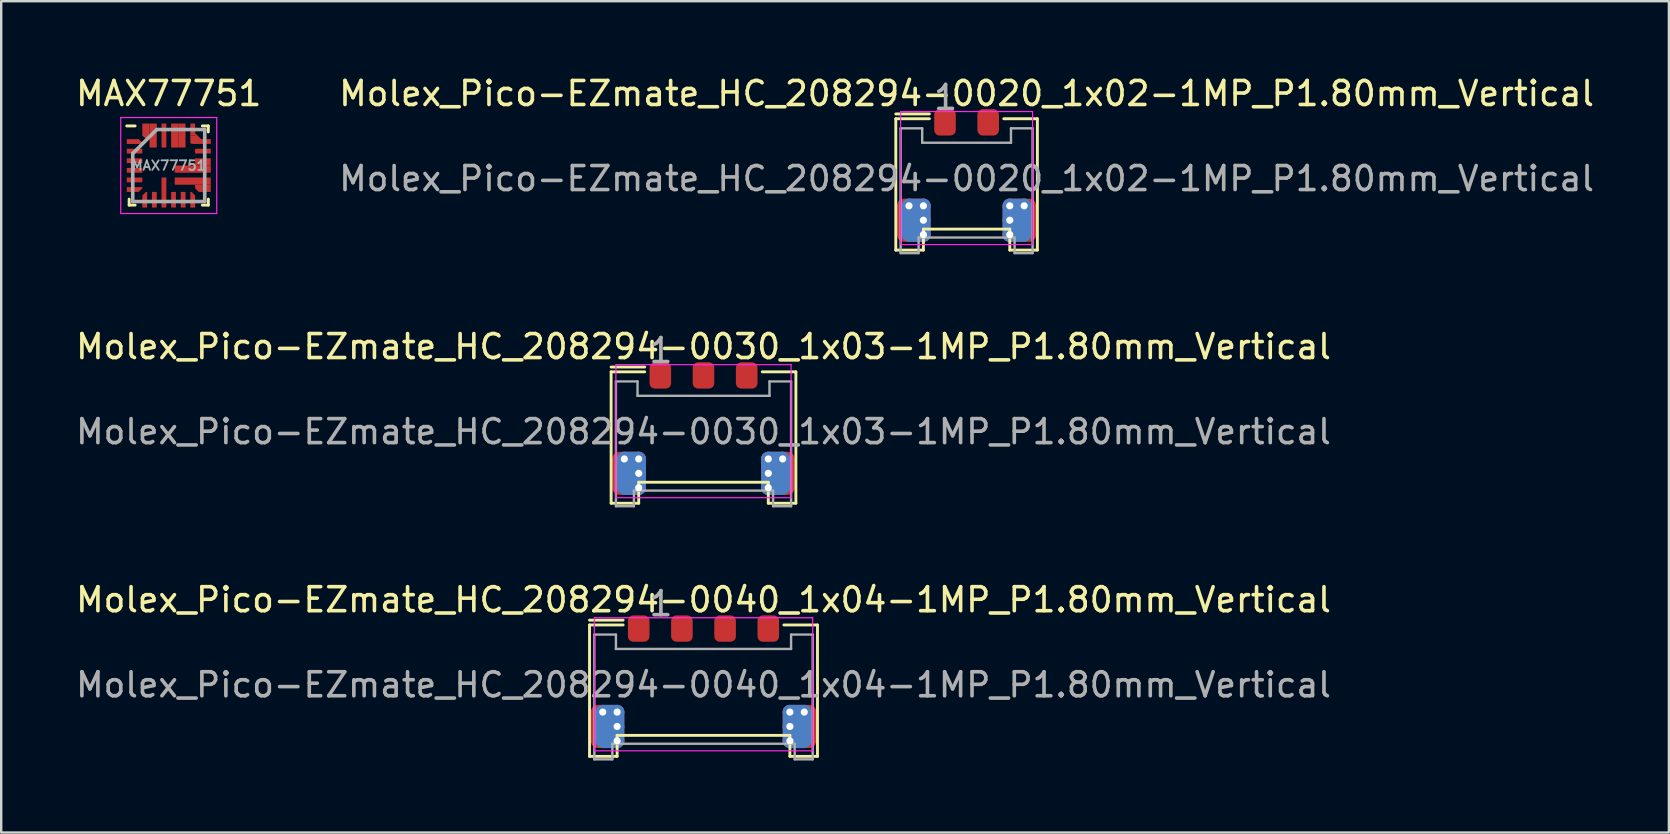
<source format=kicad_pcb>
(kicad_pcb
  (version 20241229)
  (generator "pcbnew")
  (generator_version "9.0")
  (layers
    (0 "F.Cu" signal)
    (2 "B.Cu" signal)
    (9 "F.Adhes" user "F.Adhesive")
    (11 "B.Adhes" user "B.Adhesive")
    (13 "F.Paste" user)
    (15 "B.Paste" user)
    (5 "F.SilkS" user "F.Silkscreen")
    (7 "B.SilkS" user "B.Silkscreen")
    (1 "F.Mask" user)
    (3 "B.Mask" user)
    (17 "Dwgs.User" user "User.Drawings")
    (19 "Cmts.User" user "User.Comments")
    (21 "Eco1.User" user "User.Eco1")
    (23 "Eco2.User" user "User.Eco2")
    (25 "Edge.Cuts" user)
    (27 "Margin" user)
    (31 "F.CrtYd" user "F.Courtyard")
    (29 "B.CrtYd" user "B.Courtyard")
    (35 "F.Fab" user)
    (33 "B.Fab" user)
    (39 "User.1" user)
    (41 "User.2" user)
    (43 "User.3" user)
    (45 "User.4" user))
  (footprint "Molex_Pico-EZmate_HC_208294-0040_1x04-1MP_P1.80mm_Vertical"
    (layer "F.Cu")
    (at 26.268 25.22)
    (property "Reference" "Molex_Pico-EZmate_HC_208294-0040_1x04-1MP_P1.80mm_Vertical" (at 0 -3.275 0) (layer "F.SilkS") (effects (font (size 1 1) (thickness 0.15))))
    (attr smd)
    (fp_line (start -4.75 -2.425) (end -3.35 -2.425) (stroke (width 0.12) (type solid)) (layer "F.SilkS"))
    (fp_line (start -4.75 -2.225) (end -3.35 -2.225) (stroke (width 0.12) (type solid)) (layer "F.SilkS"))
    (fp_line (start -4.75 3.25) (end -4.75 -2.225) (stroke (width 0.12) (type solid)) (layer "F.SilkS"))
    (fp_line (start -4.75 3.25) (end -3.6 3.25) (stroke (width 0.12) (type default)) (layer "F.SilkS"))
    (fp_line (start -3.6 2.375) (end 3.6 2.375) (stroke (width 0.12) (type default)) (layer "F.SilkS"))
    (fp_line (start -3.6 3.25) (end -3.6 2.375) (stroke (width 0.12) (type default)) (layer "F.SilkS"))
    (fp_line (start 3.6 2.375) (end 3.6 3.25) (stroke (width 0.12) (type default)) (layer "F.SilkS"))
    (fp_line (start 3.6 3.25) (end 4.75 3.25) (stroke (width 0.12) (type default)) (layer "F.SilkS"))
    (fp_line (start 4.75 -2.225) (end 3.35 -2.225) (stroke (width 0.12) (type default)) (layer "F.SilkS"))
    (fp_line (start 4.75 3.25) (end 4.75 -2.225) (stroke (width 0.12) (type default)) (layer "F.SilkS"))
    (fp_line (start -4.55 -2.525) (end -4.55 3.02) (stroke (width 0.05) (type solid)) (layer "F.CrtYd"))
    (fp_line (start -4.55 3.02) (end 4.55 3.02) (stroke (width 0.05) (type solid)) (layer "F.CrtYd"))
    (fp_line (start 4.55 -2.525) (end -4.55 -2.525) (stroke (width 0.05) (type solid)) (layer "F.CrtYd"))
    (fp_line (start 4.55 3.02) (end 4.55 -2.525) (stroke (width 0.05) (type solid)) (layer "F.CrtYd"))
    (fp_line (start -4.55 -1.825) (end -4.55 3.375) (stroke (width 0.1) (type default)) (layer "F.Fab"))
    (fp_line (start -4.55 -1.825) (end -3.65 -1.825) (stroke (width 0.1) (type default)) (layer "F.Fab"))
    (fp_line (start -4.55 3.375) (end -3.8 3.375) (stroke (width 0.1) (type default)) (layer "F.Fab"))
    (fp_line (start -3.8 3.375) (end -3.8 2.725) (stroke (width 0.1) (type default)) (layer "F.Fab"))
    (fp_line (start -3.65 -1.825) (end -3.65 -1.225) (stroke (width 0.1) (type default)) (layer "F.Fab"))
    (fp_line (start -3.65 -1.225) (end 3.65 -1.225) (stroke (width 0.1) (type default)) (layer "F.Fab"))
    (fp_line (start 3.65 -1.825) (end 4.55 -1.825) (stroke (width 0.1) (type default)) (layer "F.Fab"))
    (fp_line (start 3.65 -1.225) (end 3.65 -1.825) (stroke (width 0.1) (type default)) (layer "F.Fab"))
    (fp_line (start 3.8 2.725) (end -3.8 2.725) (stroke (width 0.1) (type default)) (layer "F.Fab"))
    (fp_line (start 3.8 3.375) (end 3.8 2.725) (stroke (width 0.1) (type default)) (layer "F.Fab"))
    (fp_line (start 4.55 -1.825) (end 4.55 3.375) (stroke (width 0.1) (type default)) (layer "F.Fab"))
    (fp_line (start 4.55 3.375) (end 3.8 3.375) (stroke (width 0.1) (type default)) (layer "F.Fab"))
    (fp_text user "1" (at -2.35 -2.525 0) (unlocked yes) (layer "F.Fab") (effects (font (size 1 1) (thickness 0.15)) (justify left bottom)))
    (fp_text user "${REFERENCE}" (at 0 0.27 0) (layer "F.Fab") (effects (font (size 1 1) (thickness 0.15))))
    (pad "1" smd roundrect (at -2.7 -2.075) (size 0.9 1.1) (layers "F.Cu" "F.Mask" "F.Paste") (roundrect_rratio 0.25))
    (pad "2" smd roundrect (at -0.9 -2.075) (size 0.9 1.1) (layers "F.Cu" "F.Mask" "F.Paste") (roundrect_rratio 0.25))
    (pad "3" smd roundrect (at 0.9 -2.075) (size 0.9 1.1) (layers "F.Cu" "F.Mask" "F.Paste") (roundrect_rratio 0.25))
    (pad "4" smd roundrect (at 2.7 -2.075) (size 0.9 1.1) (layers "F.Cu" "F.Mask" "F.Paste") (roundrect_rratio 0.25))
    (pad "MP" smd roundrect (at -4.265 2.225) (size 0.7 1.2) (layers "F.Cu" "F.Mask" "F.Paste") (roundrect_rratio 0.25))
    (pad "MP" thru_hole circle (at -4.2 1.405) (size 0.6 0.6) (drill 0.3) (layers "*.Cu"))
    (pad "MP" smd roundrect (at -4 2.005) (size 1.4 1.8) (layers "F.Cu") (roundrect_rratio 0.214))
    (pad "MP" smd roundrect (at -3.9 2.005) (size 1.2 1.8) (layers "B.Cu") (roundrect_rratio 0.25))
    (pad "MP" thru_hole circle (at -3.6 1.405) (size 0.6 0.6) (drill 0.3) (layers "*.Cu"))
    (pad "MP" thru_hole circle (at -3.6 2.005) (size 0.6 0.6) (drill 0.3) (layers "*.Cu"))
    (pad "MP" thru_hole circle (at -3.6 2.605) (size 0.6 0.6) (drill 0.3) (layers "*.Cu"))
    (pad "MP" thru_hole circle (at 3.6 1.405) (size 0.6 0.6) (drill 0.3) (layers "*.Cu"))
    (pad "MP" thru_hole circle (at 3.6 2.005) (size 0.6 0.6) (drill 0.3) (layers "*.Cu"))
    (pad "MP" thru_hole circle (at 3.6 2.605) (size 0.6 0.6) (drill 0.3) (layers "*.Cu"))
    (pad "MP" smd roundrect (at 3.9 2.005) (size 1.2 1.8) (layers "B.Cu") (roundrect_rratio 0.25))
    (pad "MP" smd roundrect (at 4 2.005) (size 1.4 1.8) (layers "F.Cu") (roundrect_rratio 0.214))
    (pad "MP" thru_hole circle (at 4.2 1.405) (size 0.6 0.6) (drill 0.3) (layers "*.Cu"))
    (pad "MP" smd roundrect (at 4.265 2.225) (size 0.7 1.2) (layers "F.Cu" "F.Mask" "F.Paste") (roundrect_rratio 0.25)))
  (footprint "Molex_Pico-EZmate_HC_208294-0020_1x02-1MP_P1.80mm_Vertical"
    (layer "F.Cu")
    (at 37.232 4.123)
    (property "Reference" "Molex_Pico-EZmate_HC_208294-0020_1x02-1MP_P1.80mm_Vertical" (at 0 -3.275 0) (layer "F.SilkS") (effects (font (size 1 1) (thickness 0.15))))
    (attr smd)
    (fp_line (start -2.95 -2.425) (end -1.55 -2.425) (stroke (width 0.12) (type solid)) (layer "F.SilkS"))
    (fp_line (start -2.95 -2.225) (end -1.55 -2.225) (stroke (width 0.12) (type solid)) (layer "F.SilkS"))
    (fp_line (start -2.95 3.25) (end -2.95 -2.225) (stroke (width 0.12) (type solid)) (layer "F.SilkS"))
    (fp_line (start -2.95 3.25) (end -1.8 3.25) (stroke (width 0.12) (type default)) (layer "F.SilkS"))
    (fp_line (start -1.8 2.375) (end 1.8 2.375) (stroke (width 0.12) (type default)) (layer "F.SilkS"))
    (fp_line (start -1.8 3.25) (end -1.8 2.375) (stroke (width 0.12) (type default)) (layer "F.SilkS"))
    (fp_line (start 1.8 2.375) (end 1.8 3.25) (stroke (width 0.12) (type default)) (layer "F.SilkS"))
    (fp_line (start 1.8 3.25) (end 2.95 3.25) (stroke (width 0.12) (type default)) (layer "F.SilkS"))
    (fp_line (start 2.95 -2.225) (end 1.55 -2.225) (stroke (width 0.12) (type default)) (layer "F.SilkS"))
    (fp_line (start 2.95 3.25) (end 2.95 -2.225) (stroke (width 0.12) (type default)) (layer "F.SilkS"))
    (fp_line (start -2.75 -2.525) (end -2.75 3.02) (stroke (width 0.05) (type solid)) (layer "F.CrtYd"))
    (fp_line (start -2.75 3.02) (end 2.75 3.02) (stroke (width 0.05) (type solid)) (layer "F.CrtYd"))
    (fp_line (start 2.75 -2.525) (end -2.75 -2.525) (stroke (width 0.05) (type solid)) (layer "F.CrtYd"))
    (fp_line (start 2.75 3.02) (end 2.75 -2.525) (stroke (width 0.05) (type solid)) (layer "F.CrtYd"))
    (fp_line (start -2.75 -1.825) (end -2.75 3.375) (stroke (width 0.1) (type default)) (layer "F.Fab"))
    (fp_line (start -2.75 -1.825) (end -1.85 -1.825) (stroke (width 0.1) (type default)) (layer "F.Fab"))
    (fp_line (start -2.75 3.375) (end -2 3.375) (stroke (width 0.1) (type default)) (layer "F.Fab"))
    (fp_line (start -2 3.375) (end -2 2.725) (stroke (width 0.1) (type default)) (layer "F.Fab"))
    (fp_line (start -1.85 -1.825) (end -1.85 -1.225) (stroke (width 0.1) (type default)) (layer "F.Fab"))
    (fp_line (start -1.85 -1.225) (end 1.85 -1.225) (stroke (width 0.1) (type default)) (layer "F.Fab"))
    (fp_line (start 1.85 -1.825) (end 2.75 -1.825) (stroke (width 0.1) (type default)) (layer "F.Fab"))
    (fp_line (start 1.85 -1.225) (end 1.85 -1.825) (stroke (width 0.1) (type default)) (layer "F.Fab"))
    (fp_line (start 2 2.725) (end -2 2.725) (stroke (width 0.1) (type default)) (layer "F.Fab"))
    (fp_line (start 2 3.375) (end 2 2.725) (stroke (width 0.1) (type default)) (layer "F.Fab"))
    (fp_line (start 2.75 -1.825) (end 2.75 3.375) (stroke (width 0.1) (type default)) (layer "F.Fab"))
    (fp_line (start 2.75 3.375) (end 2 3.375) (stroke (width 0.1) (type default)) (layer "F.Fab"))
    (fp_text user "1" (at -1.45 -2.525 0) (unlocked yes) (layer "F.Fab") (effects (font (size 1 1) (thickness 0.15)) (justify left bottom)))
    (fp_text user "${REFERENCE}" (at 0 0.27 0) (layer "F.Fab") (effects (font (size 1 1) (thickness 0.15))))
    (pad "1" smd roundrect (at -0.9 -2.075) (size 0.9 1.1) (layers "F.Cu" "F.Mask" "F.Paste") (roundrect_rratio 0.25))
    (pad "2" smd roundrect (at 0.9 -2.075) (size 0.9 1.1) (layers "F.Cu" "F.Mask" "F.Paste") (roundrect_rratio 0.25))
    (pad "MP" smd roundrect (at -2.465 2.225) (size 0.7 1.2) (layers "F.Cu" "F.Mask" "F.Paste") (roundrect_rratio 0.25))
    (pad "MP" thru_hole circle (at -2.4 1.405) (size 0.6 0.6) (drill 0.3) (layers "*.Cu"))
    (pad "MP" smd roundrect (at -2.2 2.005) (size 1.4 1.8) (layers "F.Cu") (roundrect_rratio 0.214))
    (pad "MP" smd roundrect (at -2.1 2.005) (size 1.2 1.8) (layers "B.Cu") (roundrect_rratio 0.25))
    (pad "MP" thru_hole circle (at -1.8 1.405) (size 0.6 0.6) (drill 0.3) (layers "*.Cu"))
    (pad "MP" thru_hole circle (at -1.8 2.005) (size 0.6 0.6) (drill 0.3) (layers "*.Cu"))
    (pad "MP" thru_hole circle (at -1.8 2.605) (size 0.6 0.6) (drill 0.3) (layers "*.Cu"))
    (pad "MP" thru_hole circle (at 1.8 1.405) (size 0.6 0.6) (drill 0.3) (layers "*.Cu"))
    (pad "MP" thru_hole circle (at 1.8 2.005) (size 0.6 0.6) (drill 0.3) (layers "*.Cu"))
    (pad "MP" thru_hole circle (at 1.8 2.605) (size 0.6 0.6) (drill 0.3) (layers "*.Cu"))
    (pad "MP" smd roundrect (at 2.1 2.005) (size 1.2 1.8) (layers "B.Cu") (roundrect_rratio 0.25))
    (pad "MP" smd roundrect (at 2.2 2.005) (size 1.4 1.8) (layers "F.Cu") (roundrect_rratio 0.214))
    (pad "MP" thru_hole circle (at 2.4 1.405) (size 0.6 0.6) (drill 0.3) (layers "*.Cu"))
    (pad "MP" smd roundrect (at 2.465 2.225) (size 0.7 1.2) (layers "F.Cu" "F.Mask" "F.Paste") (roundrect_rratio 0.25)))
  (footprint "Molex_Pico-EZmate_HC_208294-0030_1x03-1MP_P1.80mm_Vertical"
    (layer "F.Cu")
    (at 26.268 14.671)
    (property "Reference" "Molex_Pico-EZmate_HC_208294-0030_1x03-1MP_P1.80mm_Vertical" (at 0 -3.275 0) (layer "F.SilkS") (effects (font (size 1 1) (thickness 0.15))))
    (attr smd)
    (fp_line (start -3.85 -2.425) (end -2.45 -2.425) (stroke (width 0.12) (type solid)) (layer "F.SilkS"))
    (fp_line (start -3.85 -2.225) (end -2.45 -2.225) (stroke (width 0.12) (type solid)) (layer "F.SilkS"))
    (fp_line (start -3.85 3.25) (end -3.85 -2.225) (stroke (width 0.12) (type solid)) (layer "F.SilkS"))
    (fp_line (start -3.85 3.25) (end -2.7 3.25) (stroke (width 0.12) (type default)) (layer "F.SilkS"))
    (fp_line (start -2.7 2.375) (end 2.7 2.375) (stroke (width 0.12) (type default)) (layer "F.SilkS"))
    (fp_line (start -2.7 3.25) (end -2.7 2.375) (stroke (width 0.12) (type default)) (layer "F.SilkS"))
    (fp_line (start 2.7 2.375) (end 2.7 3.25) (stroke (width 0.12) (type default)) (layer "F.SilkS"))
    (fp_line (start 2.7 3.25) (end 3.85 3.25) (stroke (width 0.12) (type default)) (layer "F.SilkS"))
    (fp_line (start 3.85 -2.225) (end 2.45 -2.225) (stroke (width 0.12) (type default)) (layer "F.SilkS"))
    (fp_line (start 3.85 3.25) (end 3.85 -2.225) (stroke (width 0.12) (type default)) (layer "F.SilkS"))
    (fp_line (start -3.65 -2.525) (end -3.65 3.02) (stroke (width 0.05) (type solid)) (layer "F.CrtYd"))
    (fp_line (start -3.65 3.02) (end 3.65 3.02) (stroke (width 0.05) (type solid)) (layer "F.CrtYd"))
    (fp_line (start 3.65 -2.525) (end -3.65 -2.525) (stroke (width 0.05) (type solid)) (layer "F.CrtYd"))
    (fp_line (start 3.65 3.02) (end 3.65 -2.525) (stroke (width 0.05) (type solid)) (layer "F.CrtYd"))
    (fp_line (start -3.65 -1.825) (end -3.65 3.375) (stroke (width 0.1) (type default)) (layer "F.Fab"))
    (fp_line (start -3.65 -1.825) (end -2.75 -1.825) (stroke (width 0.1) (type default)) (layer "F.Fab"))
    (fp_line (start -3.65 3.375) (end -2.9 3.375) (stroke (width 0.1) (type default)) (layer "F.Fab"))
    (fp_line (start -2.9 3.375) (end -2.9 2.725) (stroke (width 0.1) (type default)) (layer "F.Fab"))
    (fp_line (start -2.75 -1.825) (end -2.75 -1.225) (stroke (width 0.1) (type default)) (layer "F.Fab"))
    (fp_line (start -2.75 -1.225) (end 2.75 -1.225) (stroke (width 0.1) (type default)) (layer "F.Fab"))
    (fp_line (start 2.75 -1.825) (end 3.65 -1.825) (stroke (width 0.1) (type default)) (layer "F.Fab"))
    (fp_line (start 2.75 -1.225) (end 2.75 -1.825) (stroke (width 0.1) (type default)) (layer "F.Fab"))
    (fp_line (start 2.9 2.725) (end -2.9 2.725) (stroke (width 0.1) (type default)) (layer "F.Fab"))
    (fp_line (start 2.9 3.375) (end 2.9 2.725) (stroke (width 0.1) (type default)) (layer "F.Fab"))
    (fp_line (start 3.65 -1.825) (end 3.65 3.375) (stroke (width 0.1) (type default)) (layer "F.Fab"))
    (fp_line (start 3.65 3.375) (end 2.9 3.375) (stroke (width 0.1) (type default)) (layer "F.Fab"))
    (fp_text user "${REFERENCE}" (at 0 0.27 0) (layer "F.Fab") (effects (font (size 1 1) (thickness 0.15))))
    (fp_text user "1" (at -2.35 -2.525 0) (unlocked yes) (layer "F.Fab") (effects (font (size 1 1) (thickness 0.15)) (justify left bottom)))
    (pad "1" smd roundrect (at -1.8 -2.075) (size 0.9 1.1) (layers "F.Cu" "F.Mask" "F.Paste") (roundrect_rratio 0.25))
    (pad "2" smd roundrect (at 0 -2.075) (size 0.9 1.1) (layers "F.Cu" "F.Mask" "F.Paste") (roundrect_rratio 0.25))
    (pad "3" smd roundrect (at 1.8 -2.075) (size 0.9 1.1) (layers "F.Cu" "F.Mask" "F.Paste") (roundrect_rratio 0.25))
    (pad "MP" smd roundrect (at -3.365 2.225) (size 0.7 1.2) (layers "F.Cu" "F.Mask" "F.Paste") (roundrect_rratio 0.25))
    (pad "MP" thru_hole circle (at -3.3 1.405) (size 0.6 0.6) (drill 0.3) (layers "*.Cu"))
    (pad "MP" smd roundrect (at -3.1 2.005) (size 1.4 1.8) (layers "F.Cu") (roundrect_rratio 0.214))
    (pad "MP" smd roundrect (at -3 2.005) (size 1.2 1.8) (layers "B.Cu") (roundrect_rratio 0.25))
    (pad "MP" thru_hole circle (at -2.7 1.405) (size 0.6 0.6) (drill 0.3) (layers "*.Cu"))
    (pad "MP" thru_hole circle (at -2.7 2.005) (size 0.6 0.6) (drill 0.3) (layers "*.Cu"))
    (pad "MP" thru_hole circle (at -2.7 2.605) (size 0.6 0.6) (drill 0.3) (layers "*.Cu"))
    (pad "MP" thru_hole circle (at 2.7 1.405) (size 0.6 0.6) (drill 0.3) (layers "*.Cu"))
    (pad "MP" thru_hole circle (at 2.7 2.005) (size 0.6 0.6) (drill 0.3) (layers "*.Cu"))
    (pad "MP" thru_hole circle (at 2.7 2.605) (size 0.6 0.6) (drill 0.3) (layers "*.Cu"))
    (pad "MP" smd roundrect (at 3 2.005) (size 1.2 1.8) (layers "B.Cu") (roundrect_rratio 0.25))
    (pad "MP" smd roundrect (at 3.1 2.005) (size 1.4 1.8) (layers "F.Cu") (roundrect_rratio 0.214))
    (pad "MP" thru_hole circle (at 3.3 1.405) (size 0.6 0.6) (drill 0.3) (layers "*.Cu"))
    (pad "MP" smd roundrect (at 3.365 2.225) (size 0.7 1.2) (layers "F.Cu" "F.Mask" "F.Paste") (roundrect_rratio 0.25)))
  (footprint "MAX77751"
    (layer "F.Cu")
    (at 3.982 3.848)
    (property "Reference" "MAX77751" (at 0 -3 0) (layer "F.SilkS") (effects (font (size 1 1) (thickness 0.15))))
    (attr smd)
    (fp_line (start -1.65 1.65) (end -1.65 1.4) (stroke (width 0.12) (type solid)) (layer "F.SilkS"))
    (fp_line (start -1.4 -1.65) (end -1.75 -1.65) (stroke (width 0.12) (type solid)) (layer "F.SilkS"))
    (fp_line (start -1.4 1.65) (end -1.65 1.65) (stroke (width 0.12) (type solid)) (layer "F.SilkS"))
    (fp_line (start 1.4 -1.65) (end 1.65 -1.65) (stroke (width 0.12) (type solid)) (layer "F.SilkS"))
    (fp_line (start 1.4 1.65) (end 1.65 1.65) (stroke (width 0.12) (type solid)) (layer "F.SilkS"))
    (fp_line (start 1.65 -1.65) (end 1.65 -1.4) (stroke (width 0.12) (type solid)) (layer "F.SilkS"))
    (fp_line (start 1.65 1.65) (end 1.65 1.4) (stroke (width 0.12) (type solid)) (layer "F.SilkS"))
    (fp_line (start -2 -2) (end 2 -2) (stroke (width 0.05) (type solid)) (layer "F.CrtYd"))
    (fp_line (start -2 2) (end -2 -2) (stroke (width 0.05) (type solid)) (layer "F.CrtYd"))
    (fp_line (start 2 -2) (end 2 2) (stroke (width 0.05) (type solid)) (layer "F.CrtYd"))
    (fp_line (start 2 2) (end -2 2) (stroke (width 0.05) (type solid)) (layer "F.CrtYd"))
    (fp_line (start -1.5 -0.5) (end -1.5 1.5) (stroke (width 0.15) (type solid)) (layer "F.Fab"))
    (fp_line (start -1.5 1.5) (end 1.5 1.5) (stroke (width 0.15) (type solid)) (layer "F.Fab"))
    (fp_line (start -0.5 -1.5) (end -1.5 -0.5) (stroke (width 0.15) (type solid)) (layer "F.Fab"))
    (fp_line (start 1.5 -1.5) (end -0.5 -1.5) (stroke (width 0.15) (type solid)) (layer "F.Fab"))
    (fp_line (start 1.5 1.5) (end 1.5 -1.5) (stroke (width 0.15) (type solid)) (layer "F.Fab"))
    (fp_text user "${REFERENCE}" (at 0 0 0) (layer "F.Fab") (effects (font (size 0.4 0.4) (thickness 0.075) (bold yes))))
    (pad "1" smd custom (at -1.5 -1 90) (size 0.2 0.5) (layers "F.Cu" "F.Mask" "F.Paste") (options (anchor rect)) (primitives (gr_poly (pts (xy -0.05 0.4) (xy -0.1 0.4) (xy -0.1 0.25) (xy 0.1 0.25)) (width 0) (fill yes))))
    (pad "2" smd rect (at -1.5 -0.6 90) (size 0.2 0.65) (drill (offset 0 0.075)) (layers "F.Cu" "F.Mask" "F.Paste"))
    (pad "3" smd rect (at -1.5 -0.2 90) (size 0.2 0.65) (drill (offset 0 0.075)) (layers "F.Cu" "F.Mask" "F.Paste"))
    (pad "4" smd rect (at -1.5 0.2 90) (size 0.2 0.65) (drill (offset 0 0.075)) (layers "F.Cu" "F.Mask" "F.Paste"))
    (pad "5" smd rect (at -1.5 0.6 90) (size 0.2 0.65) (drill (offset 0 0.075)) (layers "F.Cu" "F.Mask" "F.Paste"))
    (pad "6" smd custom (at -1.5 1 90) (size 0.2 0.5) (layers "F.Cu" "F.Mask" "F.Paste") (options (anchor rect)) (primitives (gr_poly (pts (xy 0.1 0.4) (xy 0.05 0.4) (xy -0.1 0.25) (xy 0.1 0.25)) (width 0) (fill yes))))
    (pad "7" smd custom (at -1 1.5) (size 0.2 0.5) (layers "F.Cu" "F.Mask" "F.Paste") (options (anchor rect)) (primitives (gr_poly (pts (xy 0.1 -0.25) (xy -0.1 -0.25) (xy 0.05 -0.4) (xy 0.1 -0.4)) (width 0) (fill yes))))
    (pad "8" smd rect (at -0.6 1.5) (size 0.2 0.65) (drill (offset 0 -0.075)) (layers "F.Cu" "F.Mask" "F.Paste"))
    (pad "9" smd rect (at -0.2 1.5) (size 0.2 1.25) (drill (offset 0 -0.375)) (layers "F.Cu" "F.Mask" "F.Paste"))
    (pad "10" smd rect (at 0.2 1.5) (size 0.2 0.65) (drill (offset 0 -0.075)) (layers "F.Cu" "F.Mask" "F.Paste"))
    (pad "11" smd rect (at 0.6 1.5) (size 0.2 0.65) (drill (offset 0 -0.075)) (layers "F.Cu" "F.Mask" "F.Paste"))
    (pad "12" smd custom (at 1 1.5) (size 0.2 0.5) (layers "F.Cu" "F.Mask" "F.Paste") (options (anchor rect)) (primitives (gr_poly (pts (xy 0.1 -0.25) (xy -0.1 -0.25) (xy -0.1 -0.4) (xy -0.05 -0.4)) (width 0) (fill yes))))
    (pad "13" smd custom (at 1.5 1 90) (size 0.2 0.5) (layers "F.Cu" "F.Mask" "F.Paste") (options (anchor rect)) (primitives (gr_poly (pts (xy 0.2 0.25) (xy 0.1 0.25) (xy 0.1 -0.25) (xy -0.1 -0.25) (xy 0.05 -0.4) (xy 0.2 -0.4)) (width 0) (fill yes))))
    (pad "14" smd rect (at 1.5 0.6 90) (size 0.3 1.5) (drill (offset -0.05 -0.5)) (layers "F.Cu" "F.Mask" "F.Paste"))
    (pad "15" smd rect (at 1.5 0.2 90) (size 0.3 1.5) (drill (offset 0.05 -0.5)) (layers "F.Cu" "F.Mask" "F.Paste"))
    (pad "16" smd rect (at 1.5 -0.2 90) (size 0.3 0.65) (drill (offset -0.05 -0.075)) (layers "F.Cu" "F.Mask" "F.Paste"))
    (pad "17" smd rect (at 1.5 -0.6 90) (size 0.2 0.65) (drill (offset 0 -0.075)) (layers "F.Cu" "F.Mask" "F.Paste"))
    (pad "18" smd custom (at 1.5 -1 90) (size 0.2 0.5) (layers "F.Cu" "F.Mask" "F.Paste") (options (anchor rect)) (primitives (gr_poly (pts (xy 0.25 -0.4) (xy 0.35 -0.4) (xy 0.1 -0.15) (xy 0.1 -0.25) (xy -0.1 -0.25) (xy -0.1 -0.55) (xy -0.05 -0.6) (xy 0.25 -0.6)) (width 0) (fill yes))))
    (pad "19" smd rect (at 1 -1.5) (size 0.2 0.5) (layers "F.Cu" "F.Mask" "F.Paste"))
    (pad "20" smd rect (at 0.6 -1.5) (size 0.3 1) (drill (offset -0.05 0.25)) (layers "F.Cu" "F.Mask" "F.Paste"))
    (pad "21" smd rect (at 0.2 -1.5) (size 0.3 1) (drill (offset 0.05 0.25)) (layers "F.Cu" "F.Mask" "F.Paste"))
    (pad "22" smd rect (at -0.2 -1.5) (size 0.2 1) (drill (offset 0 0.25)) (layers "F.Cu" "F.Mask" "F.Paste"))
    (pad "23" smd rect (at -0.6 -1.5) (size 0.3 1) (drill (offset -0.05 0.25)) (layers "F.Cu" "F.Mask" "F.Paste"))
    (pad "24" smd custom (at -1 -1.5) (size 0.2 0.5) (layers "F.Cu" "F.Mask" "F.Paste") (options (anchor rect)) (primitives (gr_poly (pts (xy 0.2 0.4) (xy 0.05 0.4) (xy -0.1 0.25) (xy 0.1 0.25) (xy 0.1 -0.25) (xy 0.2 -0.25)) (width 0) (fill yes)))))
  (gr_rect
    (start -3 -3)
    (end 66.5 31.645)
    (stroke (width 0.1) (type default))
    (fill no)
    (layer "Edge.Cuts")))
</source>
